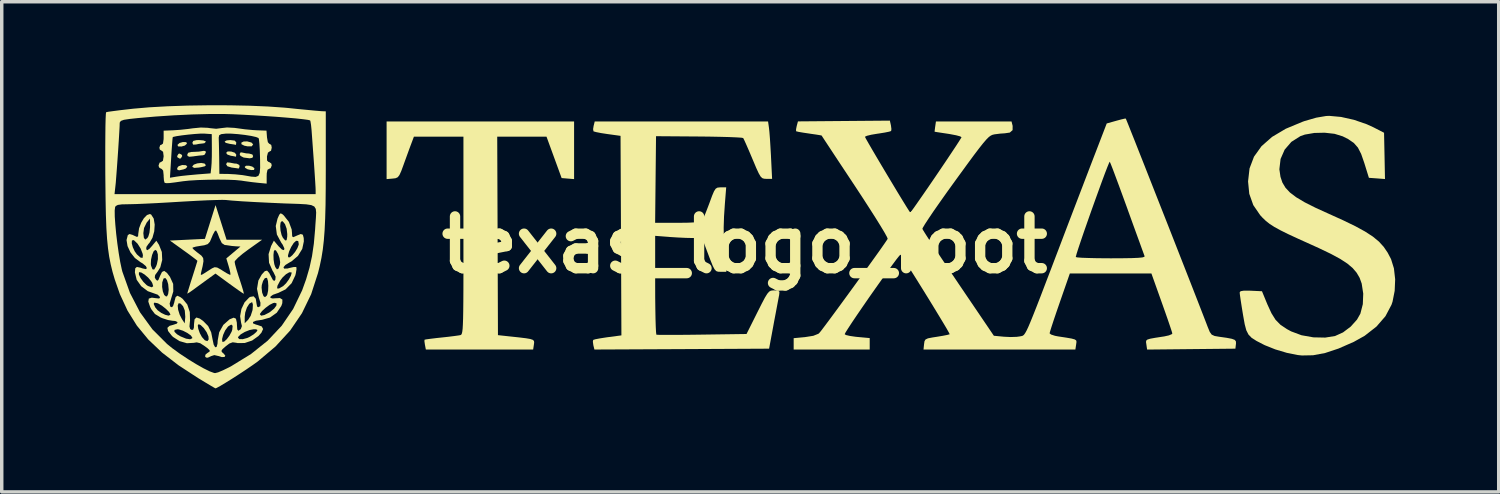
<source format=kicad_pcb>
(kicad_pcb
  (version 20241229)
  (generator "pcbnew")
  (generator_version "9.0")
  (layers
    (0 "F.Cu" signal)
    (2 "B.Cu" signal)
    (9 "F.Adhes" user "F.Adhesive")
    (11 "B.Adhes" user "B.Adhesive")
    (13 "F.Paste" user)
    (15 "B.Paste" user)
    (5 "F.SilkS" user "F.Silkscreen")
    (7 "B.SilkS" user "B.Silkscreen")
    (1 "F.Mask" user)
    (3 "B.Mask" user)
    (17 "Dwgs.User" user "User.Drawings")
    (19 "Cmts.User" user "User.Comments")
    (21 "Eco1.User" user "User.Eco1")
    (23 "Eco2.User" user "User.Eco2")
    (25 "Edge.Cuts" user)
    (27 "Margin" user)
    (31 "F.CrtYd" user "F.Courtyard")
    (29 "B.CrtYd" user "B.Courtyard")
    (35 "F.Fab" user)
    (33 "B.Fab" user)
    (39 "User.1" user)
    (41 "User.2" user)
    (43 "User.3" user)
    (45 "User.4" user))
  (footprint "texas_logo_foot"
    (layer "F.Cu")
    (at 18.526 4.042)
    (property "Reference" "texas_logo_foot" (at 0 0 0) (layer "F.SilkS") (effects (font (size 1.5 1.5) (thickness 0.3))))
    (attr board_only exclude_from_pos_files exclude_from_bom)
    (fp_poly (pts (xy -16.306 -2.604) (xy -16.297 -2.569) (xy -16.336 -2.504) (xy -16.371 -2.496) (xy -16.435 -2.535) (xy -16.444 -2.569) (xy -16.405 -2.634) (xy -16.371 -2.643)) (stroke (width 0) (type solid)) (fill yes) (layer "F.SilkS"))
    (fp_poly (pts (xy -16.186 -2.305) (xy -16.149 -2.263) (xy -16.194 -2.21) (xy -16.26 -2.184) (xy -16.38 -2.158) (xy -16.432 -2.169) (xy -16.444 -2.221) (xy -16.401 -2.276) (xy -16.297 -2.311)) (stroke (width 0) (type solid)) (fill yes) (layer "F.SilkS"))
    (fp_poly (pts (xy -16.178 -2.974) (xy -16.16 -2.93) (xy -16.161 -2.928) (xy -16.22 -2.875) (xy -16.318 -2.847) (xy -16.417 -2.85) (xy -16.434 -2.894) (xy -16.433 -2.896) (xy -16.374 -2.949) (xy -16.276 -2.977)) (stroke (width 0) (type solid)) (fill yes) (layer "F.SilkS"))
    (fp_poly (pts (xy -14.878 -2.702) (xy -14.773 -2.667) (xy -14.731 -2.613) (xy -14.738 -2.556) (xy -14.743 -2.552) (xy -14.795 -2.564) (xy -14.89 -2.58) (xy -14.988 -2.614) (xy -15.025 -2.662) (xy -14.982 -2.704)) (stroke (width 0) (type solid)) (fill yes) (layer "F.SilkS"))
    (fp_poly (pts (xy -14.29 -2.962) (xy -14.242 -2.909) (xy -14.242 -2.907) (xy -14.283 -2.853) (xy -14.404 -2.852) (xy -14.499 -2.872) (xy -14.581 -2.914) (xy -14.582 -2.961) (xy -14.515 -2.993) (xy -14.413 -2.995)) (stroke (width 0) (type solid)) (fill yes) (layer "F.SilkS"))
    (fp_poly (pts (xy -14.268 -2.266) (xy -14.208 -2.222) (xy -14.205 -2.215) (xy -14.216 -2.168) (xy -14.301 -2.165) (xy -14.401 -2.187) (xy -14.473 -2.229) (xy -14.486 -2.258) (xy -14.448 -2.29) (xy -14.361 -2.291)) (stroke (width 0) (type solid)) (fill yes) (layer "F.SilkS"))
    (fp_poly (pts (xy -15.685 -3.023) (xy -15.617 -2.996) (xy -15.612 -2.985) (xy -15.652 -2.944) (xy -15.698 -2.936) (xy -15.815 -2.923) (xy -15.893 -2.906) (xy -15.98 -2.901) (xy -16.003 -2.955) (xy -15.977 -3.009) (xy -15.884 -3.032) (xy -15.808 -3.034)) (stroke (width 0) (type solid)) (fill yes) (layer "F.SilkS"))
    (fp_poly (pts (xy -15.655 -2.355) (xy -15.64 -2.345) (xy -15.611 -2.303) (xy -15.644 -2.273) (xy -15.753 -2.248) (xy -15.82 -2.237) (xy -15.948 -2.228) (xy -16 -2.255) (xy -16.003 -2.273) (xy -15.961 -2.322) (xy -15.862 -2.358) (xy -15.747 -2.371)) (stroke (width 0) (type solid)) (fill yes) (layer "F.SilkS"))
    (fp_poly (pts (xy -14.776 -3.018) (xy -14.731 -2.968) (xy -14.731 -2.961) (xy -14.738 -2.9) (xy -14.743 -2.895) (xy -14.795 -2.906) (xy -14.904 -2.922) (xy -14.915 -2.923) (xy -15.038 -2.954) (xy -15.068 -2.993) (xy -15.007 -3.025) (xy -14.902 -3.034)) (stroke (width 0) (type solid)) (fill yes) (layer "F.SilkS"))
    (fp_poly (pts (xy -14.556 -2.672) (xy -14.445 -2.649) (xy -14.36 -2.643) (xy -14.265 -2.617) (xy -14.242 -2.569) (xy -14.263 -2.52) (xy -14.341 -2.505) (xy -14.491 -2.524) (xy -14.523 -2.53) (xy -14.609 -2.576) (xy -14.633 -2.627) (xy -14.603 -2.679)) (stroke (width 0) (type solid)) (fill yes) (layer "F.SilkS"))
    (fp_poly (pts (xy -14.915 -2.38) (xy -14.787 -2.355) (xy -14.719 -2.35) (xy -14.646 -2.315) (xy -14.633 -2.276) (xy -14.653 -2.215) (xy -14.67 -2.21) (xy -14.74 -2.221) (xy -14.86 -2.237) (xy -14.866 -2.238) (xy -14.988 -2.275) (xy -15.025 -2.333) (xy -14.997 -2.386)) (stroke (width 0) (type solid)) (fill yes) (layer "F.SilkS"))
    (fp_poly (pts (xy -15.624 -2.717) (xy -15.612 -2.672) (xy -15.652 -2.606) (xy -15.698 -2.593) (xy -15.802 -2.585) (xy -15.946 -2.566) (xy -15.967 -2.562) (xy -16.089 -2.55) (xy -16.142 -2.572) (xy -16.15 -2.612) (xy -16.124 -2.666) (xy -16.031 -2.689) (xy -15.959 -2.692) (xy -15.814 -2.699) (xy -15.703 -2.717) (xy -15.689 -2.721)) (stroke (width 0) (type solid)) (fill yes) (layer "F.SilkS"))
    (fp_poly (pts (xy -4.943 -2.738) (xy -4.943 -1.903) (xy -5.124 -1.918) (xy -5.304 -1.933) (xy -5.523 -2.533) (xy -5.742 -3.132) (xy -6.456 -3.132) (xy -7.17 -3.132) (xy -7.159 -0.257) (xy -7.149 2.618) (xy -6.817 2.654) (xy -6.536 2.684) (xy -6.338 2.708) (xy -6.21 2.73) (xy -6.137 2.755) (xy -6.105 2.788) (xy -6.1 2.834) (xy -6.107 2.889) (xy -6.129 3.034) (xy -7.683 3.034) (xy -9.238 3.034) (xy -9.264 2.9) (xy -9.279 2.798) (xy -9.276 2.751) (xy -9.225 2.74) (xy -9.098 2.723) (xy -8.918 2.701) (xy -8.803 2.689) (xy -8.591 2.666) (xy -8.407 2.643) (xy -8.28 2.625) (xy -8.246 2.619) (xy -8.226 2.613) (xy -8.208 2.599) (xy -8.194 2.568) (xy -8.182 2.515) (xy -8.172 2.432) (xy -8.165 2.311) (xy -8.159 2.144) (xy -8.155 1.925) (xy -8.152 1.645) (xy -8.15 1.298) (xy -8.149 0.876) (xy -8.149 0.371) (xy -8.149 -0.224) (xy -8.149 -0.267) (xy -8.149 -3.132) (xy -8.866 -3.132) (xy -9.584 -3.132) (xy -9.662 -2.924) (xy -9.717 -2.777) (xy -9.79 -2.576) (xy -9.868 -2.362) (xy -9.881 -2.325) (xy -9.951 -2.135) (xy -10.004 -2.018) (xy -10.054 -1.956) (xy -10.116 -1.928) (xy -10.199 -1.918) (xy -10.375 -1.903) (xy -10.375 -2.738) (xy -10.375 -3.573) (xy -7.659 -3.573) (xy -4.943 -3.573)) (stroke (width 0) (type solid)) (fill yes) (layer "F.SilkS"))
    (fp_poly (pts (xy -15.171 -0.648) (xy -15.012 -0.147) (xy -14.496 -0.147) (xy -13.981 -0.147) (xy -14.378 0.135) (xy -14.547 0.261) (xy -14.681 0.375) (xy -14.762 0.461) (xy -14.778 0.492) (xy -14.764 0.571) (xy -14.724 0.716) (xy -14.667 0.902) (xy -14.636 0.994) (xy -14.576 1.179) (xy -14.532 1.324) (xy -14.512 1.407) (xy -14.513 1.419) (xy -14.559 1.392) (xy -14.665 1.319) (xy -14.815 1.212) (xy -14.933 1.127) (xy -15.333 0.834) (xy -15.582 1.014) (xy -15.747 1.134) (xy -15.906 1.25) (xy -15.991 1.313) (xy -16.09 1.382) (xy -16.145 1.414) (xy -16.15 1.413) (xy -16.136 1.362) (xy -16.098 1.238) (xy -16.044 1.063) (xy -16.003 0.936) (xy -15.941 0.74) (xy -15.892 0.583) (xy -15.862 0.486) (xy -15.857 0.464) (xy -15.894 0.431) (xy -15.994 0.355) (xy -16.139 0.247) (xy -16.255 0.164) (xy -16.355 0.092) (xy -16.002 0.092) (xy -15.965 0.136) (xy -15.874 0.212) (xy -15.83 0.245) (xy -15.739 0.316) (xy -15.69 0.384) (xy -15.681 0.476) (xy -15.705 0.618) (xy -15.74 0.764) (xy -15.76 0.859) (xy -15.736 0.873) (xy -15.657 0.826) (xy -15.526 0.742) (xy -15.433 0.683) (xy -15.359 0.65) (xy -15.284 0.659) (xy -15.175 0.718) (xy -15.122 0.753) (xy -15.002 0.827) (xy -14.92 0.868) (xy -14.9 0.87) (xy -14.902 0.817) (xy -14.928 0.702) (xy -14.95 0.623) (xy -15.019 0.395) (xy -14.814 0.223) (xy -14.609 0.051) (xy -14.743 0.044) (xy -14.861 0.034) (xy -14.927 0.024) (xy -15.015 0.011) (xy -15.066 0.006) (xy -15.149 -0.048) (xy -15.221 -0.197) (xy -15.221 -0.198) (xy -15.269 -0.325) (xy -15.31 -0.406) (xy -15.321 -0.417) (xy -15.356 -0.389) (xy -15.408 -0.293) (xy -15.438 -0.22) (xy -15.494 -0.089) (xy -15.556 -0.02) (xy -15.657 0.014) (xy -15.762 0.03) (xy -15.9 0.053) (xy -15.987 0.079) (xy -16.002 0.092) (xy -16.355 0.092) (xy -16.653 -0.122) (xy -16.146 -0.147) (xy -15.639 -0.171) (xy -15.485 -0.661) (xy -15.331 -1.15)) (stroke (width 0) (type solid)) (fill yes) (layer "F.SilkS"))
    (fp_poly (pts (xy 17.278 -3.704) (xy 17.653 -3.62) (xy 18.021 -3.493) (xy 18.212 -3.406) (xy 18.524 -3.246) (xy 18.538 -2.576) (xy 18.551 -1.905) (xy 18.318 -1.923) (xy 18.085 -1.94) (xy 17.95 -2.375) (xy 17.861 -2.631) (xy 17.767 -2.815) (xy 17.648 -2.95) (xy 17.485 -3.062) (xy 17.326 -3.142) (xy 17.09 -3.215) (xy 16.803 -3.247) (xy 16.504 -3.24) (xy 16.23 -3.193) (xy 16.101 -3.148) (xy 15.839 -2.982) (xy 15.644 -2.756) (xy 15.526 -2.486) (xy 15.491 -2.188) (xy 15.523 -1.969) (xy 15.579 -1.802) (xy 15.668 -1.653) (xy 15.798 -1.514) (xy 15.98 -1.376) (xy 16.224 -1.231) (xy 16.542 -1.071) (xy 16.903 -0.907) (xy 17.338 -0.71) (xy 17.691 -0.539) (xy 17.974 -0.384) (xy 18.199 -0.238) (xy 18.376 -0.092) (xy 18.515 0.061) (xy 18.629 0.229) (xy 18.727 0.416) (xy 18.81 0.683) (xy 18.846 1.001) (xy 18.832 1.334) (xy 18.77 1.648) (xy 18.74 1.737) (xy 18.565 2.069) (xy 18.303 2.371) (xy 17.962 2.637) (xy 17.647 2.813) (xy 17.204 3.007) (xy 16.815 3.136) (xy 16.467 3.201) (xy 16.144 3.207) (xy 16.028 3.195) (xy 15.708 3.131) (xy 15.373 3.031) (xy 15.073 2.911) (xy 15.028 2.889) (xy 14.829 2.786) (xy 14.689 2.697) (xy 14.596 2.601) (xy 14.533 2.477) (xy 14.487 2.304) (xy 14.443 2.059) (xy 14.434 2.005) (xy 14.397 1.777) (xy 14.367 1.582) (xy 14.347 1.442) (xy 14.341 1.38) (xy 14.368 1.345) (xy 14.462 1.329) (xy 14.636 1.33) (xy 14.663 1.331) (xy 14.987 1.346) (xy 15.143 1.725) (xy 15.262 1.984) (xy 15.381 2.174) (xy 15.523 2.318) (xy 15.71 2.443) (xy 15.832 2.509) (xy 16.132 2.621) (xy 16.475 2.682) (xy 16.819 2.689) (xy 17.105 2.643) (xy 17.335 2.539) (xy 17.558 2.371) (xy 17.741 2.167) (xy 17.838 1.995) (xy 17.909 1.72) (xy 17.921 1.415) (xy 17.876 1.123) (xy 17.816 0.957) (xy 17.73 0.81) (xy 17.615 0.675) (xy 17.46 0.544) (xy 17.253 0.409) (xy 16.983 0.263) (xy 16.637 0.097) (xy 16.416 -0.003) (xy 16.046 -0.17) (xy 15.752 -0.306) (xy 15.524 -0.419) (xy 15.347 -0.516) (xy 15.209 -0.605) (xy 15.098 -0.693) (xy 15 -0.787) (xy 14.935 -0.858) (xy 14.735 -1.15) (xy 14.619 -1.477) (xy 14.584 -1.835) (xy 14.627 -2.213) (xy 14.756 -2.553) (xy 14.974 -2.857) (xy 15.28 -3.126) (xy 15.677 -3.362) (xy 16.165 -3.565) (xy 16.221 -3.585) (xy 16.561 -3.683) (xy 16.845 -3.731) (xy 16.937 -3.735)) (stroke (width 0) (type solid)) (fill yes) (layer "F.SilkS"))
    (fp_poly (pts (xy 0.703 -3.389) (xy 0.716 -3.271) (xy 0.731 -3.08) (xy 0.746 -2.842) (xy 0.761 -2.582) (xy 0.762 -2.557) (xy 0.794 -1.909) (xy 0.629 -1.91) (xy 0.561 -1.914) (xy 0.507 -1.932) (xy 0.459 -1.98) (xy 0.405 -2.073) (xy 0.335 -2.224) (xy 0.24 -2.45) (xy 0.225 -2.485) (xy 0.132 -2.705) (xy 0.051 -2.891) (xy -0.01 -3.026) (xy -0.043 -3.091) (xy -0.044 -3.093) (xy -0.099 -3.103) (xy -0.239 -3.112) (xy -0.449 -3.121) (xy -0.717 -3.128) (xy -1.03 -3.134) (xy -1.321 -3.137) (xy -2.569 -3.146) (xy -2.582 -1.891) (xy -2.595 -0.636) (xy -1.94 -0.636) (xy -1.639 -0.64) (xy -1.427 -0.65) (xy -1.295 -0.669) (xy -1.236 -0.697) (xy -1.235 -0.697) (xy -1.198 -0.768) (xy -1.138 -0.907) (xy -1.066 -1.092) (xy -1.021 -1.211) (xy -0.945 -1.418) (xy -0.889 -1.55) (xy -0.842 -1.623) (xy -0.791 -1.655) (xy -0.724 -1.663) (xy -0.696 -1.664) (xy -0.536 -1.664) (xy -0.574 -1.187) (xy -0.599 -0.815) (xy -0.609 -0.498) (xy -0.604 -0.19) (xy -0.584 0.15) (xy -0.572 0.306) (xy -0.532 0.783) (xy -0.698 0.783) (xy -0.773 0.78) (xy -0.828 0.761) (xy -0.875 0.708) (xy -0.927 0.607) (xy -0.994 0.441) (xy -1.05 0.294) (xy -1.235 -0.196) (xy -1.511 -0.196) (xy -1.699 -0.2) (xy -1.936 -0.211) (xy -2.173 -0.226) (xy -2.19 -0.228) (xy -2.594 -0.259) (xy -2.594 1.164) (xy -2.593 1.527) (xy -2.589 1.857) (xy -2.584 2.142) (xy -2.577 2.369) (xy -2.569 2.526) (xy -2.56 2.6) (xy -2.557 2.605) (xy -2.5 2.609) (xy -2.359 2.611) (xy -2.146 2.611) (xy -1.875 2.61) (xy -1.559 2.607) (xy -1.234 2.603) (xy 0.053 2.585) (xy 0.369 1.953) (xy 0.493 1.707) (xy 0.584 1.534) (xy 0.652 1.423) (xy 0.706 1.359) (xy 0.758 1.33) (xy 0.817 1.322) (xy 0.856 1.321) (xy 0.968 1.327) (xy 1.007 1.364) (xy 0.998 1.459) (xy 0.993 1.48) (xy 0.973 1.586) (xy 0.939 1.766) (xy 0.896 1.995) (xy 0.847 2.253) (xy 0.834 2.325) (xy 0.707 3.01) (xy -1.823 3.023) (xy -4.354 3.035) (xy -4.385 2.91) (xy -4.399 2.807) (xy -4.389 2.757) (xy -4.33 2.738) (xy -4.2 2.713) (xy -4.022 2.685) (xy -3.966 2.677) (xy -3.572 2.625) (xy -3.584 -0.265) (xy -3.597 -3.156) (xy -3.975 -3.208) (xy -4.158 -3.236) (xy -4.3 -3.264) (xy -4.376 -3.285) (xy -4.381 -3.288) (xy -4.392 -3.351) (xy -4.377 -3.445) (xy -4.345 -3.573) (xy -1.834 -3.573) (xy 0.677 -3.573)) (stroke (width 0) (type solid)) (fill yes) (layer "F.SilkS"))
    (fp_poly (pts (xy -14.783 -3.387) (xy -14.7 -3.376) (xy -14.48 -3.346) (xy -14.247 -3.324) (xy -14.125 -3.317) (xy -13.855 -3.307) (xy -13.84 -3.109) (xy -13.816 -2.973) (xy -13.773 -2.924) (xy -13.764 -2.924) (xy -13.717 -2.892) (xy -13.703 -2.814) (xy -13.724 -2.724) (xy -13.764 -2.704) (xy -13.813 -2.67) (xy -13.841 -2.56) (xy -13.841 -2.557) (xy -13.839 -2.442) (xy -13.797 -2.4) (xy -13.78 -2.398) (xy -13.717 -2.357) (xy -13.703 -2.3) (xy -13.734 -2.22) (xy -13.777 -2.202) (xy -13.826 -2.173) (xy -13.847 -2.073) (xy -13.85 -1.987) (xy -13.85 -1.772) (xy -14.083 -1.794) (xy -14.274 -1.815) (xy -14.493 -1.845) (xy -14.584 -1.859) (xy -14.749 -1.875) (xy -14.984 -1.885) (xy -15.263 -1.888) (xy -15.559 -1.884) (xy -15.845 -1.875) (xy -16.094 -1.86) (xy -16.273 -1.841) (xy -16.509 -1.807) (xy -16.665 -1.788) (xy -16.758 -1.785) (xy -16.802 -1.795) (xy -16.808 -1.799) (xy -16.826 -1.862) (xy -16.832 -1.943) (xy -16.652 -1.943) (xy -16.462 -1.974) (xy -16.321 -1.994) (xy -16.121 -2.015) (xy -15.903 -2.035) (xy -15.873 -2.038) (xy -15.474 -2.069) (xy -15.455 -2.238) (xy -15.445 -2.368) (xy -15.439 -2.559) (xy -15.438 -2.772) (xy -15.438 -2.806) (xy -15.44 -3.106) (xy -15.239 -3.106) (xy -15.238 -3.059) (xy -15.234 -2.942) (xy -15.23 -2.761) (xy -15.226 -2.549) (xy -15.225 -2.484) (xy -15.22 -2.055) (xy -14.963 -2.052) (xy -14.76 -2.041) (xy -14.553 -2.019) (xy -14.486 -2.008) (xy -14.296 -1.975) (xy -14.168 -1.966) (xy -14.09 -1.997) (xy -14.051 -2.081) (xy -14.039 -2.232) (xy -14.041 -2.464) (xy -14.042 -2.52) (xy -14.049 -2.741) (xy -14.06 -2.925) (xy -14.073 -3.05) (xy -14.085 -3.093) (xy -14.157 -3.122) (xy -14.298 -3.154) (xy -14.483 -3.183) (xy -14.683 -3.206) (xy -14.872 -3.22) (xy -15.021 -3.222) (xy -15.032 -3.221) (xy -15.164 -3.206) (xy -15.225 -3.175) (xy -15.239 -3.106) (xy -15.44 -3.106) (xy -15.441 -3.206) (xy -15.653 -3.221) (xy -15.769 -3.221) (xy -15.934 -3.21) (xy -16.123 -3.192) (xy -16.307 -3.17) (xy -16.46 -3.147) (xy -16.555 -3.126) (xy -16.571 -3.118) (xy -16.578 -3.068) (xy -16.588 -2.94) (xy -16.602 -2.753) (xy -16.616 -2.526) (xy -16.616 -2.525) (xy -16.652 -1.943) (xy -16.832 -1.943) (xy -16.835 -1.982) (xy -16.835 -2.015) (xy -16.849 -2.148) (xy -16.892 -2.2) (xy -16.909 -2.202) (xy -16.969 -2.243) (xy -16.982 -2.3) (xy -16.952 -2.38) (xy -16.909 -2.398) (xy -16.855 -2.435) (xy -16.836 -2.554) (xy -16.835 -2.569) (xy -16.851 -2.693) (xy -16.896 -2.729) (xy -16.897 -2.728) (xy -16.946 -2.758) (xy -16.958 -2.814) (xy -16.933 -2.888) (xy -16.897 -2.9) (xy -16.854 -2.933) (xy -16.836 -3.058) (xy -16.835 -3.097) (xy -16.835 -3.306) (xy -16.563 -3.317) (xy -16.353 -3.331) (xy -16.116 -3.357) (xy -15.988 -3.375) (xy -15.757 -3.397) (xy -15.555 -3.389) (xy -15.498 -3.38) (xy -15.313 -3.361) (xy -15.158 -3.381) (xy -14.999 -3.399)) (stroke (width 0) (type solid)) (fill yes) (layer "F.SilkS"))
    (fp_poly (pts (xy -14.927 -4.041) (xy -14.344 -4.029) (xy -13.806 -4.006) (xy -13.337 -3.973) (xy -13.238 -3.964) (xy -12.948 -3.934) (xy -12.685 -3.909) (xy -12.468 -3.888) (xy -12.315 -3.875) (xy -12.247 -3.87) (xy -12.137 -3.866) (xy -12.137 -2.19) (xy -12.139 -1.633) (xy -12.144 -1.16) (xy -12.155 -0.76) (xy -12.171 -0.419) (xy -12.194 -0.123) (xy -12.224 0.139) (xy -12.263 0.381) (xy -12.312 0.615) (xy -12.363 0.821) (xy -12.561 1.432) (xy -12.828 1.983) (xy -13.169 2.484) (xy -13.593 2.946) (xy -14.105 3.378) (xy -14.115 3.386) (xy -14.261 3.49) (xy -14.444 3.615) (xy -14.647 3.749) (xy -14.851 3.88) (xy -15.041 3.998) (xy -15.196 4.091) (xy -15.301 4.148) (xy -15.334 4.16) (xy -15.378 4.136) (xy -15.489 4.071) (xy -15.649 3.975) (xy -15.834 3.863) (xy -16.4 3.494) (xy -16.879 3.125) (xy -17.279 2.745) (xy -17.61 2.343) (xy -17.881 1.908) (xy -18.103 1.429) (xy -18.251 1.005) (xy -18.316 0.782) (xy -18.369 0.565) (xy -18.413 0.342) (xy -18.447 0.1) (xy -18.474 -0.173) (xy -18.494 -0.489) (xy -18.508 -0.861) (xy -18.511 -0.993) (xy -18.253 -0.993) (xy -18.251 -0.818) (xy -18.235 -0.587) (xy -18.21 -0.32) (xy -18.176 -0.036) (xy -18.136 0.244) (xy -18.093 0.499) (xy -18.048 0.711) (xy -18.031 0.777) (xy -17.81 1.396) (xy -17.519 1.956) (xy -17.16 2.45) (xy -16.737 2.873) (xy -16.587 2.995) (xy -16.368 3.154) (xy -16.132 3.311) (xy -15.896 3.456) (xy -15.679 3.579) (xy -15.499 3.668) (xy -15.373 3.714) (xy -15.343 3.718) (xy -15.256 3.696) (xy -15.112 3.635) (xy -14.936 3.549) (xy -14.878 3.518) (xy -14.304 3.165) (xy -13.818 2.776) (xy -13.413 2.344) (xy -13.083 1.86) (xy -12.822 1.319) (xy -12.708 1.003) (xy -12.609 0.664) (xy -12.536 0.33) (xy -12.483 -0.031) (xy -12.446 -0.449) (xy -12.438 -0.577) (xy -12.423 -0.783) (xy -12.416 -0.934) (xy -12.427 -1.04) (xy -12.47 -1.109) (xy -12.558 -1.15) (xy -12.702 -1.172) (xy -12.915 -1.184) (xy -13.209 -1.194) (xy -13.312 -1.197) (xy -13.783 -1.218) (xy -14.206 -1.239) (xy -14.569 -1.26) (xy -14.858 -1.281) (xy -15.035 -1.298) (xy -15.136 -1.301) (xy -15.318 -1.297) (xy -15.564 -1.289) (xy -15.858 -1.275) (xy -16.183 -1.257) (xy -16.357 -1.247) (xy -16.706 -1.226) (xy -17.044 -1.207) (xy -17.352 -1.192) (xy -17.611 -1.181) (xy -17.799 -1.176) (xy -17.852 -1.175) (xy -18.045 -1.171) (xy -18.161 -1.155) (xy -18.222 -1.123) (xy -18.241 -1.092) (xy -18.253 -0.993) (xy -18.511 -0.993) (xy -18.517 -1.302) (xy -18.519 -1.468) (xy -18.258 -1.468) (xy -15.344 -1.468) (xy -12.431 -1.468) (xy -12.431 -1.576) (xy -12.434 -1.662) (xy -12.444 -1.83) (xy -12.459 -2.063) (xy -12.478 -2.346) (xy -12.501 -2.661) (xy -12.525 -2.992) (xy -12.549 -3.32) (xy -12.564 -3.469) (xy -12.581 -3.574) (xy -12.591 -3.603) (xy -12.652 -3.619) (xy -12.794 -3.638) (xy -13.005 -3.661) (xy -13.267 -3.684) (xy -13.566 -3.708) (xy -13.887 -3.73) (xy -14.215 -3.751) (xy -14.534 -3.768) (xy -14.829 -3.782) (xy -15.074 -3.789) (xy -15.508 -3.789) (xy -16.008 -3.776) (xy -16.541 -3.751) (xy -17.076 -3.715) (xy -17.581 -3.671) (xy -17.818 -3.646) (xy -17.985 -3.621) (xy -18.074 -3.589) (xy -18.106 -3.543) (xy -18.108 -3.523) (xy -18.111 -3.422) (xy -18.121 -3.246) (xy -18.135 -3.014) (xy -18.152 -2.75) (xy -18.171 -2.474) (xy -18.19 -2.209) (xy -18.208 -1.974) (xy -18.222 -1.793) (xy -18.232 -1.701) (xy -18.258 -1.468) (xy -18.519 -1.468) (xy -18.523 -1.823) (xy -18.525 -2.044) (xy -18.526 -2.451) (xy -18.526 -2.826) (xy -18.524 -3.159) (xy -18.521 -3.438) (xy -18.516 -3.651) (xy -18.509 -3.789) (xy -18.502 -3.84) (xy -18.444 -3.853) (xy -18.306 -3.872) (xy -18.106 -3.898) (xy -17.861 -3.926) (xy -17.713 -3.943) (xy -17.25 -3.983) (xy -16.717 -4.013) (xy -16.137 -4.033) (xy -15.533 -4.042)) (stroke (width 0) (type solid)) (fill yes) (layer "F.SilkS"))
    (fp_poly (pts (xy 11.061 -3.61) (xy 11.113 -3.482) (xy 11.193 -3.28) (xy 11.299 -3.015) (xy 11.425 -2.695) (xy 11.57 -2.329) (xy 11.728 -1.927) (xy 11.897 -1.498) (xy 12.073 -1.051) (xy 12.253 -0.595) (xy 12.432 -0.139) (xy 12.607 0.308) (xy 12.775 0.736) (xy 12.932 1.137) (xy 13.074 1.501) (xy 13.198 1.819) (xy 13.3 2.082) (xy 13.377 2.281) (xy 13.415 2.381) (xy 13.475 2.526) (xy 13.531 2.604) (xy 13.615 2.642) (xy 13.742 2.664) (xy 13.968 2.696) (xy 14.113 2.724) (xy 14.195 2.754) (xy 14.23 2.794) (xy 14.235 2.851) (xy 14.232 2.88) (xy 14.217 3.01) (xy 12.938 3.023) (xy 11.659 3.036) (xy 11.638 2.889) (xy 11.628 2.823) (xy 11.632 2.779) (xy 11.666 2.747) (xy 11.746 2.722) (xy 11.888 2.696) (xy 12.108 2.662) (xy 12.155 2.655) (xy 12.291 2.625) (xy 12.376 2.589) (xy 12.39 2.569) (xy 12.373 2.51) (xy 12.328 2.373) (xy 12.261 2.176) (xy 12.176 1.933) (xy 12.085 1.676) (xy 11.784 0.832) (xy 10.602 0.832) (xy 9.42 0.832) (xy 9.127 1.674) (xy 9.033 1.946) (xy 8.952 2.186) (xy 8.888 2.381) (xy 8.847 2.513) (xy 8.834 2.566) (xy 8.878 2.601) (xy 8.99 2.637) (xy 9.078 2.654) (xy 9.315 2.69) (xy 9.471 2.717) (xy 9.562 2.742) (xy 9.604 2.771) (xy 9.613 2.812) (xy 9.605 2.872) (xy 9.603 2.888) (xy 9.581 3.034) (xy 7.381 3.034) (xy 5.181 3.034) (xy 5.197 2.877) (xy 5.209 2.795) (xy 5.239 2.744) (xy 5.309 2.711) (xy 5.442 2.685) (xy 5.566 2.666) (xy 5.74 2.637) (xy 5.872 2.611) (xy 5.937 2.593) (xy 5.939 2.591) (xy 5.918 2.547) (xy 5.854 2.433) (xy 5.753 2.263) (xy 5.623 2.048) (xy 5.474 1.803) (xy 5.312 1.539) (xy 5.146 1.271) (xy 4.984 1.011) (xy 4.834 0.772) (xy 4.703 0.567) (xy 4.601 0.409) (xy 4.534 0.311) (xy 4.515 0.286) (xy 4.481 0.317) (xy 4.401 0.417) (xy 4.284 0.574) (xy 4.137 0.776) (xy 3.969 1.009) (xy 3.788 1.264) (xy 3.604 1.526) (xy 3.425 1.785) (xy 3.259 2.027) (xy 3.114 2.242) (xy 3 2.416) (xy 2.924 2.537) (xy 2.897 2.59) (xy 2.935 2.615) (xy 3.047 2.641) (xy 3.212 2.665) (xy 3.252 2.669) (xy 3.622 2.703) (xy 3.622 2.869) (xy 3.622 3.034) (xy 2.52 3.034) (xy 1.419 3.034) (xy 1.419 2.87) (xy 1.419 2.706) (xy 1.747 2.675) (xy 1.988 2.637) (xy 2.136 2.578) (xy 2.159 2.558) (xy 2.21 2.497) (xy 2.307 2.369) (xy 2.443 2.187) (xy 2.61 1.961) (xy 2.8 1.702) (xy 3.003 1.424) (xy 3.213 1.136) (xy 3.419 0.85) (xy 3.615 0.578) (xy 3.792 0.332) (xy 3.942 0.121) (xy 4.055 -0.041) (xy 4.125 -0.144) (xy 4.143 -0.174) (xy 4.122 -0.227) (xy 4.053 -0.352) (xy 3.941 -0.539) (xy 3.792 -0.779) (xy 3.612 -1.061) (xy 3.408 -1.377) (xy 3.199 -1.695) (xy 2.976 -2.032) (xy 2.771 -2.341) (xy 2.59 -2.615) (xy 2.44 -2.843) (xy 2.325 -3.017) (xy 2.253 -3.127) (xy 2.229 -3.165) (xy 2.183 -3.175) (xy 2.065 -3.194) (xy 1.897 -3.218) (xy 1.867 -3.223) (xy 1.691 -3.249) (xy 1.558 -3.272) (xy 1.492 -3.289) (xy 1.489 -3.29) (xy 1.488 -3.345) (xy 1.507 -3.441) (xy 1.543 -3.575) (xy 2.875 -3.586) (xy 4.206 -3.597) (xy 4.237 -3.459) (xy 4.251 -3.352) (xy 4.242 -3.296) (xy 4.184 -3.277) (xy 4.056 -3.251) (xy 3.881 -3.223) (xy 3.844 -3.218) (xy 3.67 -3.189) (xy 3.543 -3.158) (xy 3.486 -3.131) (xy 3.485 -3.126) (xy 3.516 -3.066) (xy 3.588 -2.939) (xy 3.693 -2.758) (xy 3.823 -2.537) (xy 3.97 -2.289) (xy 4.126 -2.027) (xy 4.283 -1.766) (xy 4.432 -1.518) (xy 4.566 -1.298) (xy 4.676 -1.119) (xy 4.755 -0.994) (xy 4.794 -0.936) (xy 4.796 -0.934) (xy 4.829 -0.972) (xy 4.907 -1.079) (xy 5.021 -1.242) (xy 5.164 -1.447) (xy 5.327 -1.683) (xy 5.5 -1.936) (xy 5.675 -2.194) (xy 5.843 -2.443) (xy 5.995 -2.671) (xy 6.124 -2.865) (xy 6.219 -3.012) (xy 6.273 -3.099) (xy 6.281 -3.117) (xy 6.24 -3.142) (xy 6.124 -3.173) (xy 5.956 -3.205) (xy 5.897 -3.215) (xy 5.716 -3.242) (xy 5.578 -3.263) (xy 5.507 -3.275) (xy 5.502 -3.276) (xy 5.506 -3.32) (xy 5.519 -3.424) (xy 5.52 -3.426) (xy 5.541 -3.573) (xy 6.636 -3.573) (xy 7.731 -3.573) (xy 7.763 -3.445) (xy 7.762 -3.322) (xy 7.681 -3.251) (xy 7.537 -3.23) (xy 7.403 -3.221) (xy 7.245 -3.201) (xy 7.234 -3.199) (xy 7.182 -3.187) (xy 7.131 -3.164) (xy 7.073 -3.122) (xy 7.003 -3.052) (xy 6.912 -2.947) (xy 6.794 -2.798) (xy 6.642 -2.598) (xy 6.45 -2.337) (xy 6.211 -2.009) (xy 6.094 -1.848) (xy 5.865 -1.531) (xy 5.657 -1.237) (xy 5.475 -0.977) (xy 5.328 -0.759) (xy 5.22 -0.594) (xy 5.159 -0.491) (xy 5.148 -0.462) (xy 5.178 -0.408) (xy 5.257 -0.282) (xy 5.379 -0.094) (xy 5.538 0.146) (xy 5.727 0.43) (xy 5.94 0.748) (xy 6.172 1.091) (xy 6.191 1.12) (xy 7.219 2.636) (xy 7.512 2.664) (xy 7.704 2.673) (xy 7.882 2.667) (xy 7.971 2.655) (xy 8.006 2.648) (xy 8.036 2.642) (xy 8.064 2.63) (xy 8.093 2.605) (xy 8.126 2.559) (xy 8.166 2.488) (xy 8.216 2.382) (xy 8.278 2.237) (xy 8.356 2.045) (xy 8.453 1.8) (xy 8.572 1.494) (xy 8.714 1.122) (xy 8.885 0.676) (xy 9.007 0.355) (xy 9.592 0.355) (xy 9.639 0.366) (xy 9.769 0.376) (xy 9.968 0.383) (xy 10.221 0.389) (xy 10.515 0.391) (xy 10.601 0.392) (xy 10.953 0.39) (xy 11.217 0.386) (xy 11.402 0.378) (xy 11.519 0.367) (xy 11.577 0.35) (xy 11.586 0.33) (xy 11.564 0.27) (xy 11.513 0.13) (xy 11.438 -0.078) (xy 11.342 -0.341) (xy 11.231 -0.647) (xy 11.109 -0.984) (xy 11.085 -1.052) (xy 10.961 -1.392) (xy 10.847 -1.703) (xy 10.747 -1.971) (xy 10.667 -2.185) (xy 10.609 -2.333) (xy 10.579 -2.404) (xy 10.577 -2.407) (xy 10.556 -2.37) (xy 10.508 -2.253) (xy 10.438 -2.072) (xy 10.351 -1.838) (xy 10.252 -1.566) (xy 10.145 -1.27) (xy 10.035 -0.963) (xy 9.928 -0.659) (xy 9.827 -0.371) (xy 9.739 -0.113) (xy 9.667 0.102) (xy 9.617 0.259) (xy 9.594 0.346) (xy 9.592 0.355) (xy 9.007 0.355) (xy 9.086 0.149) (xy 9.226 -0.22) (xy 9.387 -0.643) (xy 9.553 -1.077) (xy 9.717 -1.505) (xy 9.871 -1.907) (xy 10.008 -2.265) (xy 10.121 -2.559) (xy 10.166 -2.675) (xy 10.489 -3.515) (xy 10.759 -3.591) (xy 10.907 -3.631) (xy 11.01 -3.655) (xy 11.041 -3.657)) (stroke (width 0) (type solid)) (fill yes) (layer "F.SilkS"))
    (fp_poly (pts (xy -13.393 -0.885) (xy -13.355 -0.851) (xy -13.206 -0.663) (xy -13.125 -0.443) (xy -13.116 -0.344) (xy -13.111 -0.243) (xy -13.078 -0.22) (xy -12.989 -0.259) (xy -12.975 -0.266) (xy -12.862 -0.312) (xy -12.801 -0.291) (xy -12.776 -0.194) (xy -12.773 -0.097) (xy -12.819 0.12) (xy -12.943 0.321) (xy -13.126 0.478) (xy -13.178 0.506) (xy -13.307 0.585) (xy -13.363 0.651) (xy -13.344 0.69) (xy -13.249 0.688) (xy -13.189 0.672) (xy -13.07 0.645) (xy -12.996 0.644) (xy -12.99 0.648) (xy -12.985 0.707) (xy -13.005 0.826) (xy -13.019 0.885) (xy -13.127 1.113) (xy -13.302 1.292) (xy -13.523 1.399) (xy -13.54 1.403) (xy -13.666 1.448) (xy -13.737 1.498) (xy -13.742 1.54) (xy -13.675 1.556) (xy -13.617 1.551) (xy -13.465 1.544) (xy -13.394 1.588) (xy -13.397 1.692) (xy -13.425 1.772) (xy -13.557 1.968) (xy -13.753 2.108) (xy -13.987 2.175) (xy -14.002 2.176) (xy -14.161 2.2) (xy -14.244 2.236) (xy -14.246 2.276) (xy -14.158 2.313) (xy -14.123 2.321) (xy -13.993 2.366) (xy -13.953 2.44) (xy -14.002 2.547) (xy -14.086 2.642) (xy -14.271 2.774) (xy -14.486 2.846) (xy -14.693 2.848) (xy -14.727 2.84) (xy -14.834 2.825) (xy -14.931 2.861) (xy -15.032 2.938) (xy -15.131 3.025) (xy -15.162 3.078) (xy -15.135 3.121) (xy -15.103 3.146) (xy -15.048 3.211) (xy -15.071 3.251) (xy -15.152 3.253) (xy -15.235 3.226) (xy -15.367 3.196) (xy -15.456 3.225) (xy -15.555 3.271) (xy -15.607 3.267) (xy -15.635 3.233) (xy -15.62 3.178) (xy -15.561 3.131) (xy -15.503 3.094) (xy -15.501 3.057) (xy -15.564 2.997) (xy -15.642 2.939) (xy -15.774 2.853) (xy -15.877 2.827) (xy -15.962 2.841) (xy -16.162 2.852) (xy -16.374 2.791) (xy -16.563 2.67) (xy -16.6 2.633) (xy -16.689 2.52) (xy -16.522 2.52) (xy -16.447 2.593) (xy -16.343 2.655) (xy -16.185 2.72) (xy -16.067 2.738) (xy -16.007 2.709) (xy -16.003 2.691) (xy -16.045 2.629) (xy -16.146 2.556) (xy -16.274 2.49) (xy -16.396 2.451) (xy -16.436 2.447) (xy -16.52 2.467) (xy -16.522 2.52) (xy -16.689 2.52) (xy -16.706 2.499) (xy -16.727 2.407) (xy -16.663 2.348) (xy -16.567 2.322) (xy -16.451 2.283) (xy -16.43 2.24) (xy -16.5 2.208) (xy -16.581 2.201) (xy -16.707 2.18) (xy -16.866 2.129) (xy -16.923 2.105) (xy -17.087 2.005) (xy -17.194 1.865) (xy -17.226 1.801) (xy -17.256 1.714) (xy -17.123 1.714) (xy -17.079 1.813) (xy -17.008 1.898) (xy -16.903 1.974) (xy -16.789 2.029) (xy -16.694 2.053) (xy -16.643 2.031) (xy -16.64 2.016) (xy -16.677 1.949) (xy -16.767 1.858) (xy -16.882 1.766) (xy -16.99 1.702) (xy -17.019 1.691) (xy -17.106 1.676) (xy -17.123 1.714) (xy -17.256 1.714) (xy -17.279 1.646) (xy -17.264 1.559) (xy -17.177 1.532) (xy -17.062 1.547) (xy -16.964 1.557) (xy -16.94 1.525) (xy -16.944 1.51) (xy -17.005 1.447) (xy -17.06 1.427) (xy -17.294 1.344) (xy -17.485 1.2) (xy -17.616 1.014) (xy -17.653 0.86) (xy -17.553 0.86) (xy -17.504 0.963) (xy -17.423 1.074) (xy -17.33 1.166) (xy -17.288 1.194) (xy -17.179 1.232) (xy -17.163 1.22) (xy -16.879 1.22) (xy -16.858 1.351) (xy -16.819 1.453) (xy -16.766 1.498) (xy -16.735 1.491) (xy -16.704 1.427) (xy -16.689 1.309) (xy -16.689 1.291) (xy -16.703 1.141) (xy -16.738 1.025) (xy -16.785 0.963) (xy -16.833 0.975) (xy -16.84 0.984) (xy -16.875 1.089) (xy -16.879 1.22) (xy -17.163 1.22) (xy -17.137 1.201) (xy -17.165 1.107) (xy -17.199 1.051) (xy -17.283 0.951) (xy -17.388 0.861) (xy -17.485 0.802) (xy -17.547 0.794) (xy -17.55 0.796) (xy -17.553 0.86) (xy -17.653 0.86) (xy -17.667 0.804) (xy -17.667 0.79) (xy -17.657 0.681) (xy -17.611 0.642) (xy -17.509 0.663) (xy -17.45 0.684) (xy -17.351 0.705) (xy -17.32 0.678) (xy -17.35 0.618) (xy -17.418 0.561) (xy -17.206 0.561) (xy -17.199 0.607) (xy -17.158 0.711) (xy -17.109 0.718) (xy -17.055 0.628) (xy -17.03 0.56) (xy -17.001 0.415) (xy -17.003 0.277) (xy -17.033 0.178) (xy -17.077 0.147) (xy -17.126 0.19) (xy -17.17 0.296) (xy -17.2 0.431) (xy -17.206 0.561) (xy -17.418 0.561) (xy -17.438 0.544) (xy -17.508 0.502) (xy -17.668 0.383) (xy -17.796 0.22) (xy -17.881 0.038) (xy -17.894 -0.041) (xy -17.758 -0.041) (xy -17.728 0.07) (xy -17.674 0.188) (xy -17.609 0.279) (xy -17.505 0.371) (xy -17.446 0.38) (xy -17.435 0.306) (xy -17.444 0.257) (xy -17.502 0.107) (xy -17.591 -0.032) (xy -17.686 -0.124) (xy -17.715 -0.138) (xy -17.755 -0.12) (xy -17.758 -0.041) (xy -17.894 -0.041) (xy -17.91 -0.137) (xy -17.873 -0.28) (xy -17.823 -0.312) (xy -17.734 -0.286) (xy -17.702 -0.27) (xy -17.61 -0.228) (xy -17.575 -0.245) (xy -17.57 -0.318) (xy -17.567 -0.337) (xy -17.423 -0.337) (xy -17.408 -0.201) (xy -17.368 -0.151) (xy -17.309 -0.192) (xy -17.278 -0.241) (xy -17.246 -0.35) (xy -17.229 -0.502) (xy -17.229 -0.547) (xy -17.23 -0.759) (xy -17.326 -0.643) (xy -17.403 -0.486) (xy -17.423 -0.337) (xy -17.567 -0.337) (xy -17.547 -0.477) (xy -17.488 -0.634) (xy -17.407 -0.77) (xy -17.317 -0.862) (xy -17.233 -0.891) (xy -17.196 -0.875) (xy -17.122 -0.758) (xy -17.094 -0.585) (xy -17.107 -0.39) (xy -17.159 -0.202) (xy -17.247 -0.053) (xy -17.272 -0.028) (xy -17.334 0.061) (xy -17.34 0.13) (xy -17.306 0.157) (xy -17.243 0.113) (xy -17.179 0.042) (xy -17.046 -0.117) (xy -16.969 0.003) (xy -16.887 0.209) (xy -16.876 0.439) (xy -16.932 0.655) (xy -17.005 0.772) (xy -17.081 0.876) (xy -17.092 0.947) (xy -17.065 0.999) (xy -17.022 1.042) (xy -16.987 1.019) (xy -16.944 0.916) (xy -16.94 0.905) (xy -16.882 0.787) (xy -16.818 0.757) (xy -16.738 0.815) (xy -16.652 0.929) (xy -16.559 1.133) (xy -16.555 1.352) (xy -16.615 1.548) (xy -16.661 1.703) (xy -16.644 1.791) (xy -16.593 1.811) (xy -16.559 1.768) (xy -16.556 1.76) (xy -16.427 1.76) (xy -16.415 1.882) (xy -16.37 2.026) (xy -16.305 2.153) (xy -16.224 2.276) (xy -16.208 2.088) (xy -16.222 1.904) (xy -16.272 1.781) (xy -16.342 1.705) (xy -16.4 1.692) (xy -16.427 1.76) (xy -16.556 1.76) (xy -16.525 1.663) (xy -16.521 1.639) (xy -16.487 1.515) (xy -16.437 1.476) (xy -16.349 1.517) (xy -16.283 1.567) (xy -16.15 1.73) (xy -16.077 1.949) (xy -16.07 2.199) (xy -16.074 2.224) (xy -16.087 2.366) (xy -16.066 2.439) (xy -16.03 2.464) (xy -15.981 2.463) (xy -15.958 2.399) (xy -15.956 2.339) (xy -15.846 2.339) (xy -15.832 2.434) (xy -15.788 2.558) (xy -15.726 2.672) (xy -15.64 2.768) (xy -15.567 2.791) (xy -15.53 2.742) (xy -15.537 2.655) (xy -15.589 2.533) (xy -15.673 2.412) (xy -15.763 2.325) (xy -15.822 2.3) (xy -15.846 2.339) (xy -15.956 2.339) (xy -15.955 2.299) (xy -15.939 2.16) (xy -15.886 2.107) (xy -15.788 2.138) (xy -15.692 2.206) (xy -15.546 2.354) (xy -15.458 2.535) (xy -15.418 2.737) (xy -15.385 2.893) (xy -15.342 2.969) (xy -15.301 2.961) (xy -15.274 2.866) (xy -15.269 2.776) (xy -15.261 2.732) (xy -15.142 2.732) (xy -15.134 2.81) (xy -15.131 2.814) (xy -15.081 2.805) (xy -15.006 2.736) (xy -14.972 2.691) (xy -14.682 2.691) (xy -14.642 2.733) (xy -14.543 2.735) (xy -14.411 2.7) (xy -14.346 2.67) (xy -14.226 2.595) (xy -14.146 2.524) (xy -14.114 2.47) (xy -14.155 2.449) (xy -14.223 2.447) (xy -14.345 2.47) (xy -14.483 2.525) (xy -14.603 2.596) (xy -14.674 2.667) (xy -14.682 2.691) (xy -14.972 2.691) (xy -14.928 2.632) (xy -14.866 2.519) (xy -14.848 2.467) (xy -14.836 2.348) (xy -14.875 2.311) (xy -14.957 2.359) (xy -14.977 2.378) (xy -15.052 2.481) (xy -15.111 2.611) (xy -15.142 2.732) (xy -15.261 2.732) (xy -15.226 2.536) (xy -15.106 2.321) (xy -14.928 2.163) (xy -14.916 2.156) (xy -14.804 2.112) (xy -14.74 2.142) (xy -14.714 2.255) (xy -14.711 2.326) (xy -14.702 2.453) (xy -14.67 2.491) (xy -14.606 2.449) (xy -14.598 2.441) (xy -14.567 2.355) (xy -14.591 2.258) (xy -14.616 2.089) (xy -14.486 2.089) (xy -14.486 2.273) (xy -14.385 2.171) (xy -14.312 2.057) (xy -14.299 2.016) (xy -14.046 2.016) (xy -14.01 2.054) (xy -13.916 2.035) (xy -13.778 1.964) (xy -13.748 1.944) (xy -13.633 1.849) (xy -13.569 1.762) (xy -13.562 1.699) (xy -13.616 1.68) (xy -13.662 1.689) (xy -13.764 1.74) (xy -13.881 1.826) (xy -13.984 1.92) (xy -14.042 1.998) (xy -14.046 2.016) (xy -14.299 2.016) (xy -14.262 1.902) (xy -14.256 1.867) (xy -14.249 1.732) (xy -14.269 1.667) (xy -14.278 1.664) (xy -14.352 1.707) (xy -14.422 1.817) (xy -14.471 1.963) (xy -14.486 2.089) (xy -14.616 2.089) (xy -14.619 2.067) (xy -14.581 1.859) (xy -14.49 1.668) (xy -14.358 1.529) (xy -14.326 1.51) (xy -14.227 1.493) (xy -14.165 1.564) (xy -14.144 1.701) (xy -14.127 1.787) (xy -14.098 1.811) (xy -14.034 1.779) (xy -14.03 1.678) (xy -14.078 1.527) (xy -14.13 1.276) (xy -14.124 1.241) (xy -13.997 1.241) (xy -13.981 1.386) (xy -13.942 1.488) (xy -13.899 1.517) (xy -13.851 1.478) (xy -13.831 1.44) (xy -13.808 1.328) (xy -13.805 1.264) (xy -13.548 1.264) (xy -13.494 1.267) (xy -13.374 1.198) (xy -13.371 1.196) (xy -13.288 1.116) (xy -13.207 1.005) (xy -13.147 0.894) (xy -13.126 0.815) (xy -13.133 0.799) (xy -13.195 0.797) (xy -13.291 0.854) (xy -13.393 0.951) (xy -13.461 1.043) (xy -13.538 1.189) (xy -13.548 1.264) (xy -13.805 1.264) (xy -13.802 1.186) (xy -13.812 1.053) (xy -13.837 0.967) (xy -13.848 0.956) (xy -13.903 0.968) (xy -13.955 1.048) (xy -13.991 1.167) (xy -13.997 1.241) (xy -14.124 1.241) (xy -14.09 1.036) (xy -13.992 0.861) (xy -13.903 0.764) (xy -13.838 0.748) (xy -13.776 0.818) (xy -13.727 0.913) (xy -13.669 1.021) (xy -13.63 1.048) (xy -13.599 1.014) (xy -13.591 0.924) (xy -13.654 0.791) (xy -13.678 0.755) (xy -13.781 0.521) (xy -13.793 0.295) (xy -13.653 0.295) (xy -13.649 0.43) (xy -13.629 0.561) (xy -13.6 0.646) (xy -13.552 0.712) (xy -13.512 0.692) (xy -13.503 0.68) (xy -13.467 0.576) (xy -13.459 0.504) (xy -13.477 0.386) (xy -13.505 0.306) (xy -13.232 0.306) (xy -13.227 0.361) (xy -13.181 0.364) (xy -13.108 0.305) (xy -13.028 0.209) (xy -12.96 0.098) (xy -12.922 -0.001) (xy -12.92 -0.024) (xy -12.936 -0.109) (xy -12.992 -0.116) (xy -12.999 -0.113) (xy -13.066 -0.053) (xy -13.138 0.06) (xy -13.199 0.191) (xy -13.232 0.306) (xy -13.505 0.306) (xy -13.521 0.263) (xy -13.575 0.172) (xy -13.613 0.147) (xy -13.642 0.189) (xy -13.653 0.295) (xy -13.793 0.295) (xy -13.794 0.27) (xy -13.721 0.036) (xy -13.641 -0.119) (xy -13.506 0.042) (xy -13.406 0.139) (xy -13.346 0.155) (xy -13.337 0.104) (xy -13.387 -0.004) (xy -13.427 -0.061) (xy -13.554 -0.297) (xy -13.586 -0.54) (xy -13.458 -0.54) (xy -13.448 -0.408) (xy -13.417 -0.28) (xy -13.38 -0.203) (xy -13.312 -0.125) (xy -13.272 -0.134) (xy -13.255 -0.232) (xy -13.253 -0.309) (xy -13.271 -0.465) (xy -13.318 -0.597) (xy -13.381 -0.676) (xy -13.411 -0.685) (xy -13.447 -0.643) (xy -13.458 -0.54) (xy -13.586 -0.54) (xy -13.587 -0.542) (xy -13.535 -0.758) (xy -13.484 -0.873) (xy -13.444 -0.912)) (stroke (width 0) (type solid)) (fill yes) (layer "F.SilkS")))
  (gr_rect
    (start -3 -3)
    (end 40.372 11.202)
    (stroke (width 0.1) (type default))
    (fill no)
    (layer "Edge.Cuts")))
</source>
